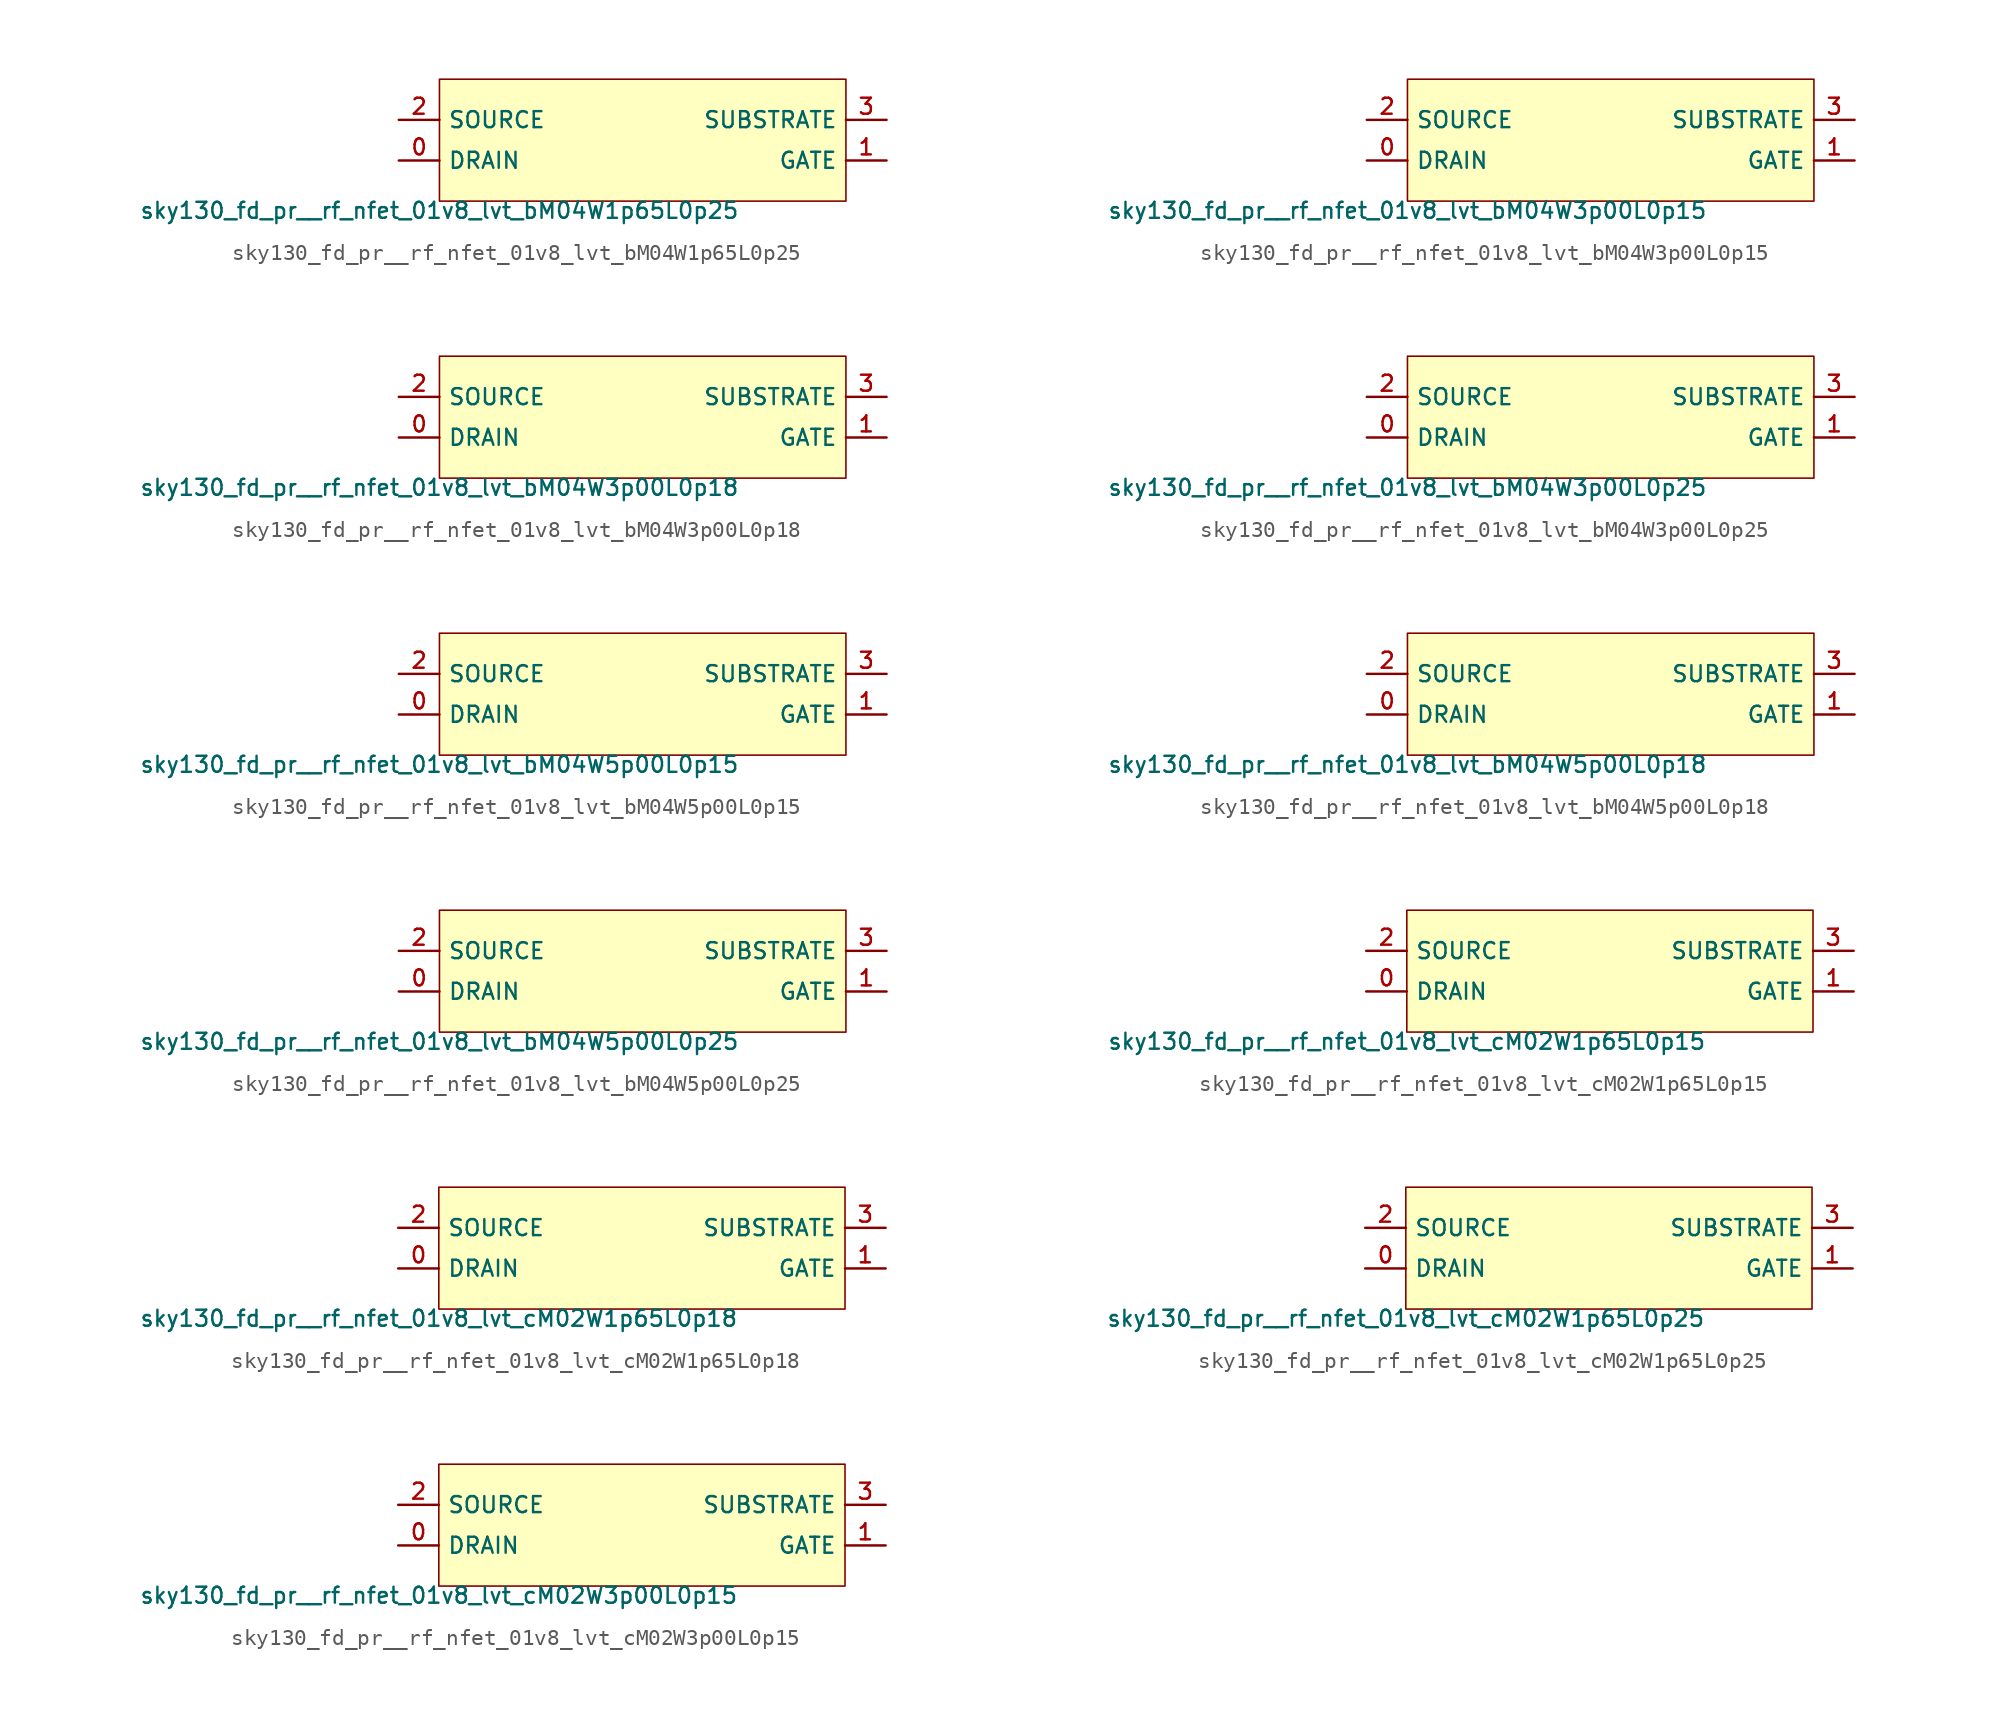
<source format=kicad_sym>
(kicad_symbol_lib
  (version 20211014)
  (generator lef2kicad_sym)
  (symbol "sky130_fd_pr__rf_nfet_01v8_lvt_bM04W1p65L0p25"
    (property "Reference" "X"
      (at 0 0 0)
      (effects (font (size 1 1)) hide))
    (property "Value" "sky130_fd_pr__rf_nfet_01v8_lvt_bM04W1p65L0p25"
      (at -12.7 -3.81 0)
      (effects (font (size 1 1)) (justify top)))
    (rectangle
      (start -12.7 -3.81)
      (end 12.7 3.81)
      (stroke (width 0.1) (type solid) (color 0 0 0 0))
      (fill (type background)))
    (pin bidirectional line
      (at -15.24 -1.27 0)
      (length 2.54)
      (name "DRAIN" (effects (font (size 1 1)) hide))
      (number "0" (effects (font (size 1 1)) hide)))
    (pin bidirectional line
      (at 15.24 -1.27 180)
      (length 2.54)
      (name "GATE" (effects (font (size 1 1)) hide))
      (number "1" (effects (font (size 1 1)) hide)))
    (pin bidirectional line
      (at -15.24 1.27 0)
      (length 2.54)
      (name "SOURCE" (effects (font (size 1 1)) hide))
      (number "2" (effects (font (size 1 1)) hide)))
    (pin bidirectional line
      (at 15.24 1.27 180)
      (length 2.54)
      (name "SUBSTRATE" (effects (font (size 1 1)) hide))
      (number "3" (effects (font (size 1 1)) hide))))
  (symbol "sky130_fd_pr__rf_nfet_01v8_lvt_bM04W3p00L0p15"
    (property "Reference" "X"
      (at 0 0 0)
      (effects (font (size 1 1)) hide))
    (property "Value" "sky130_fd_pr__rf_nfet_01v8_lvt_bM04W3p00L0p15"
      (at -12.7 -3.81 0)
      (effects (font (size 1 1)) (justify top)))
    (rectangle
      (start -12.7 -3.81)
      (end 12.7 3.81)
      (stroke (width 0.1) (type solid) (color 0 0 0 0))
      (fill (type background)))
    (pin bidirectional line
      (at -15.24 -1.27 0)
      (length 2.54)
      (name "DRAIN" (effects (font (size 1 1)) hide))
      (number "0" (effects (font (size 1 1)) hide)))
    (pin bidirectional line
      (at 15.24 -1.27 180)
      (length 2.54)
      (name "GATE" (effects (font (size 1 1)) hide))
      (number "1" (effects (font (size 1 1)) hide)))
    (pin bidirectional line
      (at -15.24 1.27 0)
      (length 2.54)
      (name "SOURCE" (effects (font (size 1 1)) hide))
      (number "2" (effects (font (size 1 1)) hide)))
    (pin bidirectional line
      (at 15.24 1.27 180)
      (length 2.54)
      (name "SUBSTRATE" (effects (font (size 1 1)) hide))
      (number "3" (effects (font (size 1 1)) hide))))
  (symbol "sky130_fd_pr__rf_nfet_01v8_lvt_bM04W3p00L0p18"
    (property "Reference" "X"
      (at 0 0 0)
      (effects (font (size 1 1)) hide))
    (property "Value" "sky130_fd_pr__rf_nfet_01v8_lvt_bM04W3p00L0p18"
      (at -12.7 -3.81 0)
      (effects (font (size 1 1)) (justify top)))
    (rectangle
      (start -12.7 -3.81)
      (end 12.7 3.81)
      (stroke (width 0.1) (type solid) (color 0 0 0 0))
      (fill (type background)))
    (pin bidirectional line
      (at -15.24 -1.27 0)
      (length 2.54)
      (name "DRAIN" (effects (font (size 1 1)) hide))
      (number "0" (effects (font (size 1 1)) hide)))
    (pin bidirectional line
      (at 15.24 -1.27 180)
      (length 2.54)
      (name "GATE" (effects (font (size 1 1)) hide))
      (number "1" (effects (font (size 1 1)) hide)))
    (pin bidirectional line
      (at -15.24 1.27 0)
      (length 2.54)
      (name "SOURCE" (effects (font (size 1 1)) hide))
      (number "2" (effects (font (size 1 1)) hide)))
    (pin bidirectional line
      (at 15.24 1.27 180)
      (length 2.54)
      (name "SUBSTRATE" (effects (font (size 1 1)) hide))
      (number "3" (effects (font (size 1 1)) hide))))
  (symbol "sky130_fd_pr__rf_nfet_01v8_lvt_bM04W3p00L0p25"
    (property "Reference" "X"
      (at 0 0 0)
      (effects (font (size 1 1)) hide))
    (property "Value" "sky130_fd_pr__rf_nfet_01v8_lvt_bM04W3p00L0p25"
      (at -12.7 -3.81 0)
      (effects (font (size 1 1)) (justify top)))
    (rectangle
      (start -12.7 -3.81)
      (end 12.7 3.81)
      (stroke (width 0.1) (type solid) (color 0 0 0 0))
      (fill (type background)))
    (pin bidirectional line
      (at -15.24 -1.27 0)
      (length 2.54)
      (name "DRAIN" (effects (font (size 1 1)) hide))
      (number "0" (effects (font (size 1 1)) hide)))
    (pin bidirectional line
      (at 15.24 -1.27 180)
      (length 2.54)
      (name "GATE" (effects (font (size 1 1)) hide))
      (number "1" (effects (font (size 1 1)) hide)))
    (pin bidirectional line
      (at -15.24 1.27 0)
      (length 2.54)
      (name "SOURCE" (effects (font (size 1 1)) hide))
      (number "2" (effects (font (size 1 1)) hide)))
    (pin bidirectional line
      (at 15.24 1.27 180)
      (length 2.54)
      (name "SUBSTRATE" (effects (font (size 1 1)) hide))
      (number "3" (effects (font (size 1 1)) hide))))
  (symbol "sky130_fd_pr__rf_nfet_01v8_lvt_bM04W5p00L0p15"
    (property "Reference" "X"
      (at 0 0 0)
      (effects (font (size 1 1)) hide))
    (property "Value" "sky130_fd_pr__rf_nfet_01v8_lvt_bM04W5p00L0p15"
      (at -12.7 -3.81 0)
      (effects (font (size 1 1)) (justify top)))
    (rectangle
      (start -12.7 -3.81)
      (end 12.7 3.81)
      (stroke (width 0.1) (type solid) (color 0 0 0 0))
      (fill (type background)))
    (pin bidirectional line
      (at -15.24 -1.27 0)
      (length 2.54)
      (name "DRAIN" (effects (font (size 1 1)) hide))
      (number "0" (effects (font (size 1 1)) hide)))
    (pin bidirectional line
      (at 15.24 -1.27 180)
      (length 2.54)
      (name "GATE" (effects (font (size 1 1)) hide))
      (number "1" (effects (font (size 1 1)) hide)))
    (pin bidirectional line
      (at -15.24 1.27 0)
      (length 2.54)
      (name "SOURCE" (effects (font (size 1 1)) hide))
      (number "2" (effects (font (size 1 1)) hide)))
    (pin bidirectional line
      (at 15.24 1.27 180)
      (length 2.54)
      (name "SUBSTRATE" (effects (font (size 1 1)) hide))
      (number "3" (effects (font (size 1 1)) hide))))
  (symbol "sky130_fd_pr__rf_nfet_01v8_lvt_bM04W5p00L0p18"
    (property "Reference" "X"
      (at 0 0 0)
      (effects (font (size 1 1)) hide))
    (property "Value" "sky130_fd_pr__rf_nfet_01v8_lvt_bM04W5p00L0p18"
      (at -12.7 -3.81 0)
      (effects (font (size 1 1)) (justify top)))
    (rectangle
      (start -12.7 -3.81)
      (end 12.7 3.81)
      (stroke (width 0.1) (type solid) (color 0 0 0 0))
      (fill (type background)))
    (pin bidirectional line
      (at -15.24 -1.27 0)
      (length 2.54)
      (name "DRAIN" (effects (font (size 1 1)) hide))
      (number "0" (effects (font (size 1 1)) hide)))
    (pin bidirectional line
      (at 15.24 -1.27 180)
      (length 2.54)
      (name "GATE" (effects (font (size 1 1)) hide))
      (number "1" (effects (font (size 1 1)) hide)))
    (pin bidirectional line
      (at -15.24 1.27 0)
      (length 2.54)
      (name "SOURCE" (effects (font (size 1 1)) hide))
      (number "2" (effects (font (size 1 1)) hide)))
    (pin bidirectional line
      (at 15.24 1.27 180)
      (length 2.54)
      (name "SUBSTRATE" (effects (font (size 1 1)) hide))
      (number "3" (effects (font (size 1 1)) hide))))
  (symbol "sky130_fd_pr__rf_nfet_01v8_lvt_bM04W5p00L0p25"
    (property "Reference" "X"
      (at 0 0 0)
      (effects (font (size 1 1)) hide))
    (property "Value" "sky130_fd_pr__rf_nfet_01v8_lvt_bM04W5p00L0p25"
      (at -12.7 -3.81 0)
      (effects (font (size 1 1)) (justify top)))
    (rectangle
      (start -12.7 -3.81)
      (end 12.7 3.81)
      (stroke (width 0.1) (type solid) (color 0 0 0 0))
      (fill (type background)))
    (pin bidirectional line
      (at -15.24 -1.27 0)
      (length 2.54)
      (name "DRAIN" (effects (font (size 1 1)) hide))
      (number "0" (effects (font (size 1 1)) hide)))
    (pin bidirectional line
      (at 15.24 -1.27 180)
      (length 2.54)
      (name "GATE" (effects (font (size 1 1)) hide))
      (number "1" (effects (font (size 1 1)) hide)))
    (pin bidirectional line
      (at -15.24 1.27 0)
      (length 2.54)
      (name "SOURCE" (effects (font (size 1 1)) hide))
      (number "2" (effects (font (size 1 1)) hide)))
    (pin bidirectional line
      (at 15.24 1.27 180)
      (length 2.54)
      (name "SUBSTRATE" (effects (font (size 1 1)) hide))
      (number "3" (effects (font (size 1 1)) hide))))
  (symbol "sky130_fd_pr__rf_nfet_01v8_lvt_cM02W1p65L0p15"
    (property "Reference" "X"
      (at 0 0 0)
      (effects (font (size 1 1)) hide))
    (property "Value" "sky130_fd_pr__rf_nfet_01v8_lvt_cM02W1p65L0p15"
      (at -12.7 -3.81 0)
      (effects (font (size 1 1)) (justify top)))
    (rectangle
      (start -12.7 -3.81)
      (end 12.7 3.81)
      (stroke (width 0.1) (type solid) (color 0 0 0 0))
      (fill (type background)))
    (pin bidirectional line
      (at -15.24 -1.27 0)
      (length 2.54)
      (name "DRAIN" (effects (font (size 1 1)) hide))
      (number "0" (effects (font (size 1 1)) hide)))
    (pin bidirectional line
      (at 15.24 -1.27 180)
      (length 2.54)
      (name "GATE" (effects (font (size 1 1)) hide))
      (number "1" (effects (font (size 1 1)) hide)))
    (pin bidirectional line
      (at -15.24 1.27 0)
      (length 2.54)
      (name "SOURCE" (effects (font (size 1 1)) hide))
      (number "2" (effects (font (size 1 1)) hide)))
    (pin bidirectional line
      (at 15.24 1.27 180)
      (length 2.54)
      (name "SUBSTRATE" (effects (font (size 1 1)) hide))
      (number "3" (effects (font (size 1 1)) hide))))
  (symbol "sky130_fd_pr__rf_nfet_01v8_lvt_cM02W1p65L0p18"
    (property "Reference" "X"
      (at 0 0 0)
      (effects (font (size 1 1)) hide))
    (property "Value" "sky130_fd_pr__rf_nfet_01v8_lvt_cM02W1p65L0p18"
      (at -12.7 -3.81 0)
      (effects (font (size 1 1)) (justify top)))
    (rectangle
      (start -12.7 -3.81)
      (end 12.7 3.81)
      (stroke (width 0.1) (type solid) (color 0 0 0 0))
      (fill (type background)))
    (pin bidirectional line
      (at -15.24 -1.27 0)
      (length 2.54)
      (name "DRAIN" (effects (font (size 1 1)) hide))
      (number "0" (effects (font (size 1 1)) hide)))
    (pin bidirectional line
      (at 15.24 -1.27 180)
      (length 2.54)
      (name "GATE" (effects (font (size 1 1)) hide))
      (number "1" (effects (font (size 1 1)) hide)))
    (pin bidirectional line
      (at -15.24 1.27 0)
      (length 2.54)
      (name "SOURCE" (effects (font (size 1 1)) hide))
      (number "2" (effects (font (size 1 1)) hide)))
    (pin bidirectional line
      (at 15.24 1.27 180)
      (length 2.54)
      (name "SUBSTRATE" (effects (font (size 1 1)) hide))
      (number "3" (effects (font (size 1 1)) hide))))
  (symbol "sky130_fd_pr__rf_nfet_01v8_lvt_cM02W1p65L0p25"
    (property "Reference" "X"
      (at 0 0 0)
      (effects (font (size 1 1)) hide))
    (property "Value" "sky130_fd_pr__rf_nfet_01v8_lvt_cM02W1p65L0p25"
      (at -12.7 -3.81 0)
      (effects (font (size 1 1)) (justify top)))
    (rectangle
      (start -12.7 -3.81)
      (end 12.7 3.81)
      (stroke (width 0.1) (type solid) (color 0 0 0 0))
      (fill (type background)))
    (pin bidirectional line
      (at -15.24 -1.27 0)
      (length 2.54)
      (name "DRAIN" (effects (font (size 1 1)) hide))
      (number "0" (effects (font (size 1 1)) hide)))
    (pin bidirectional line
      (at 15.24 -1.27 180)
      (length 2.54)
      (name "GATE" (effects (font (size 1 1)) hide))
      (number "1" (effects (font (size 1 1)) hide)))
    (pin bidirectional line
      (at -15.24 1.27 0)
      (length 2.54)
      (name "SOURCE" (effects (font (size 1 1)) hide))
      (number "2" (effects (font (size 1 1)) hide)))
    (pin bidirectional line
      (at 15.24 1.27 180)
      (length 2.54)
      (name "SUBSTRATE" (effects (font (size 1 1)) hide))
      (number "3" (effects (font (size 1 1)) hide))))
  (symbol "sky130_fd_pr__rf_nfet_01v8_lvt_cM02W3p00L0p15"
    (property "Reference" "X"
      (at 0 0 0)
      (effects (font (size 1 1)) hide))
    (property "Value" "sky130_fd_pr__rf_nfet_01v8_lvt_cM02W3p00L0p15"
      (at -12.7 -3.81 0)
      (effects (font (size 1 1)) (justify top)))
    (rectangle
      (start -12.7 -3.81)
      (end 12.7 3.81)
      (stroke (width 0.1) (type solid) (color 0 0 0 0))
      (fill (type background)))
    (pin bidirectional line
      (at -15.24 -1.27 0)
      (length 2.54)
      (name "DRAIN" (effects (font (size 1 1)) hide))
      (number "0" (effects (font (size 1 1)) hide)))
    (pin bidirectional line
      (at 15.24 -1.27 180)
      (length 2.54)
      (name "GATE" (effects (font (size 1 1)) hide))
      (number "1" (effects (font (size 1 1)) hide)))
    (pin bidirectional line
      (at -15.24 1.27 0)
      (length 2.54)
      (name "SOURCE" (effects (font (size 1 1)) hide))
      (number "2" (effects (font (size 1 1)) hide)))
    (pin bidirectional line
      (at 15.24 1.27 180)
      (length 2.54)
      (name "SUBSTRATE" (effects (font (size 1 1)) hide))
      (number "3" (effects (font (size 1 1)) hide)))))
</source>
